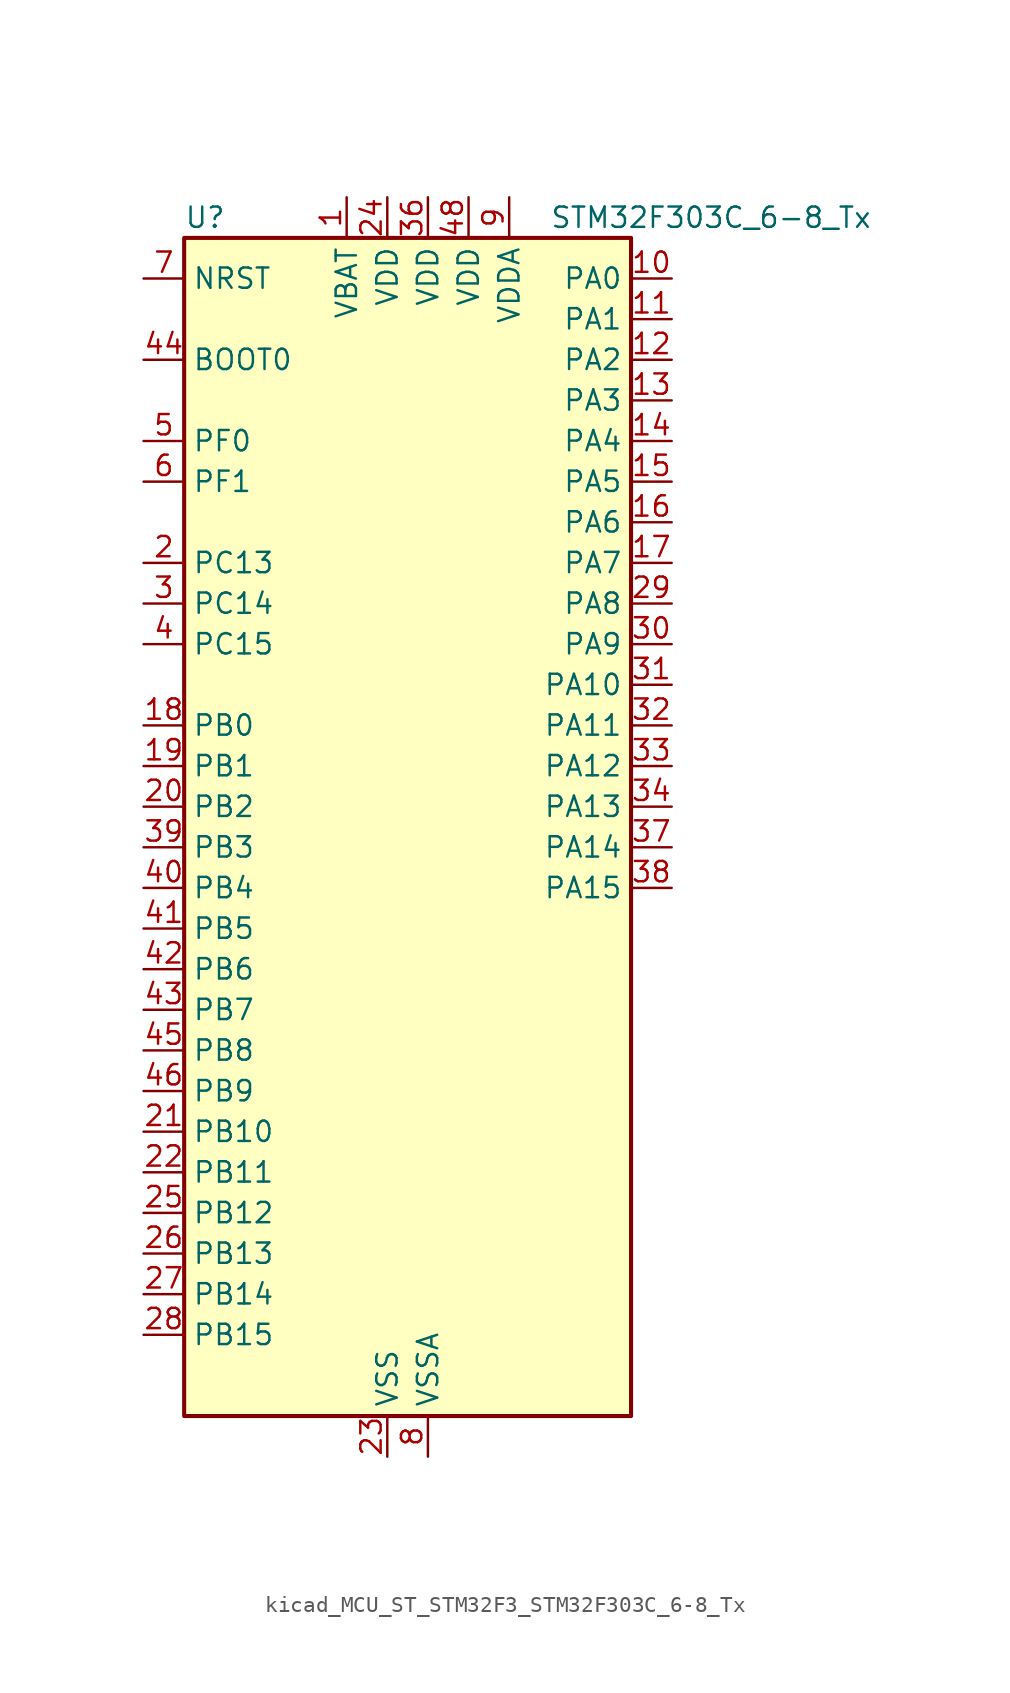
<source format=kicad_sym>
(kicad_symbol_lib
  (version 20220914)
  (generator kicad_symbol_editor)
  (symbol "kicad_MCU_ST_STM32F3_STM32F303C_6-8_Tx"
    (property "Reference" "U"
      (at -12.7 39.37 0)
      (effects (font (size 1.27 1.27)) (justify left)))
    (property "Value" "STM32F303C_6-8_Tx"
      (at 10.16 39.37 0)
      (effects (font (size 1.27 1.27)) (justify left)))
    (property "ki_locked" ""
      (at 0 0 0)
      (effects (font (size 1.27 1.27))))
    (symbol "kicad_MCU_ST_STM32F3_STM32F303C_6-8_Tx_0_1"
      (rectangle (start -12.7 -35.56) (end 15.24 38.1) (stroke (width 0.254) (type default)) (fill (type background))))
    (symbol "kicad_MCU_ST_STM32F3_STM32F303C_6-8_Tx_1_1"
      (pin power_in line (at -2.54 40.64 270) (length 2.54) (name "VBAT" (effects (font (size 1.27 1.27)))) (number "1" (effects (font (size 1.27 1.27)))))
      (pin bidirectional line (at 17.78 35.56 180) (length 2.54) (name "PA0" (effects (font (size 1.27 1.27)))) (number "10" (effects (font (size 1.27 1.27)))) (alternate "ADC1_IN1" bidirectional line) (alternate "RTC_TAMP2" bidirectional line) (alternate "SYS_WKUP1" bidirectional line) (alternate "TIM2_CH1" bidirectional line) (alternate "TIM2_ETR" bidirectional line) (alternate "TSC_G1_IO1" bidirectional line) (alternate "USART2_CTS" bidirectional line))
      (pin bidirectional line (at 17.78 33.02 180) (length 2.54) (name "PA1" (effects (font (size 1.27 1.27)))) (number "11" (effects (font (size 1.27 1.27)))) (alternate "ADC1_IN2" bidirectional line) (alternate "RTC_REFIN" bidirectional line) (alternate "TIM15_CH1N" bidirectional line) (alternate "TIM2_CH2" bidirectional line) (alternate "TSC_G1_IO2" bidirectional line) (alternate "USART2_DE" bidirectional line) (alternate "USART2_RTS" bidirectional line))
      (pin bidirectional line (at 17.78 30.48 180) (length 2.54) (name "PA2" (effects (font (size 1.27 1.27)))) (number "12" (effects (font (size 1.27 1.27)))) (alternate "ADC1_IN3" bidirectional line) (alternate "COMP2_INM" bidirectional line) (alternate "COMP2_OUT" bidirectional line) (alternate "TIM15_CH1" bidirectional line) (alternate "TIM2_CH3" bidirectional line) (alternate "TSC_G1_IO3" bidirectional line) (alternate "USART2_TX" bidirectional line))
      (pin bidirectional line (at 17.78 27.94 180) (length 2.54) (name "PA3" (effects (font (size 1.27 1.27)))) (number "13" (effects (font (size 1.27 1.27)))) (alternate "ADC1_IN4" bidirectional line) (alternate "TIM15_CH2" bidirectional line) (alternate "TIM2_CH4" bidirectional line) (alternate "TSC_G1_IO4" bidirectional line) (alternate "USART2_RX" bidirectional line))
      (pin bidirectional line (at 17.78 25.4 180) (length 2.54) (name "PA4" (effects (font (size 1.27 1.27)))) (number "14" (effects (font (size 1.27 1.27)))) (alternate "ADC2_IN1" bidirectional line) (alternate "COMP2_INM" bidirectional line) (alternate "COMP4_INM" bidirectional line) (alternate "COMP6_INM" bidirectional line) (alternate "DAC1_OUT1" bidirectional line) (alternate "SPI1_NSS" bidirectional line) (alternate "TIM3_CH2" bidirectional line) (alternate "TSC_G2_IO1" bidirectional line) (alternate "USART2_CK" bidirectional line))
      (pin bidirectional line (at 17.78 22.86 180) (length 2.54) (name "PA5" (effects (font (size 1.27 1.27)))) (number "15" (effects (font (size 1.27 1.27)))) (alternate "ADC2_IN2" bidirectional line) (alternate "DAC1_OUT2" bidirectional line) (alternate "OPAMP2_VINM" bidirectional line) (alternate "OPAMP2_VINM_SEC" bidirectional line) (alternate "SPI1_SCK" bidirectional line) (alternate "TIM2_CH1" bidirectional line) (alternate "TIM2_ETR" bidirectional line) (alternate "TSC_G2_IO2" bidirectional line))
      (pin bidirectional line (at 17.78 20.32 180) (length 2.54) (name "PA6" (effects (font (size 1.27 1.27)))) (number "16" (effects (font (size 1.27 1.27)))) (alternate "ADC2_IN3" bidirectional line) (alternate "DAC2_OUT1" bidirectional line) (alternate "OPAMP2_VOUT" bidirectional line) (alternate "SPI1_MISO" bidirectional line) (alternate "TIM16_CH1" bidirectional line) (alternate "TIM1_BKIN" bidirectional line) (alternate "TIM3_CH1" bidirectional line) (alternate "TSC_G2_IO3" bidirectional line))
      (pin bidirectional line (at 17.78 17.78 180) (length 2.54) (name "PA7" (effects (font (size 1.27 1.27)))) (number "17" (effects (font (size 1.27 1.27)))) (alternate "ADC2_IN4" bidirectional line) (alternate "COMP2_INP" bidirectional line) (alternate "OPAMP2_VINP" bidirectional line) (alternate "OPAMP2_VINP_SEC" bidirectional line) (alternate "SPI1_MOSI" bidirectional line) (alternate "TIM17_CH1" bidirectional line) (alternate "TIM1_CH1N" bidirectional line) (alternate "TIM3_CH2" bidirectional line) (alternate "TSC_G2_IO4" bidirectional line))
      (pin bidirectional line (at -15.24 7.62 0) (length 2.54) (name "PB0" (effects (font (size 1.27 1.27)))) (number "18" (effects (font (size 1.27 1.27)))) (alternate "ADC1_IN11" bidirectional line) (alternate "COMP4_INP" bidirectional line) (alternate "OPAMP2_VINP" bidirectional line) (alternate "OPAMP2_VINP_SEC" bidirectional line) (alternate "TIM1_CH2N" bidirectional line) (alternate "TIM3_CH3" bidirectional line) (alternate "TSC_G3_IO2" bidirectional line))
      (pin bidirectional line (at -15.24 5.08 0) (length 2.54) (name "PB1" (effects (font (size 1.27 1.27)))) (number "19" (effects (font (size 1.27 1.27)))) (alternate "ADC1_IN12" bidirectional line) (alternate "COMP4_OUT" bidirectional line) (alternate "TIM1_CH3N" bidirectional line) (alternate "TIM3_CH4" bidirectional line) (alternate "TSC_G3_IO3" bidirectional line))
      (pin bidirectional line (at -15.24 17.78 0) (length 2.54) (name "PC13" (effects (font (size 1.27 1.27)))) (number "2" (effects (font (size 1.27 1.27)))) (alternate "RTC_OUT_ALARM" bidirectional line) (alternate "RTC_OUT_CALIB" bidirectional line) (alternate "RTC_TAMP1" bidirectional line) (alternate "RTC_TS" bidirectional line) (alternate "SYS_WKUP2" bidirectional line) (alternate "TIM1_CH1N" bidirectional line))
      (pin bidirectional line (at -15.24 2.54 0) (length 2.54) (name "PB2" (effects (font (size 1.27 1.27)))) (number "20" (effects (font (size 1.27 1.27)))) (alternate "ADC2_IN12" bidirectional line) (alternate "COMP4_INM" bidirectional line) (alternate "TSC_G3_IO4" bidirectional line))
      (pin bidirectional line (at -15.24 -17.78 0) (length 2.54) (name "PB10" (effects (font (size 1.27 1.27)))) (number "21" (effects (font (size 1.27 1.27)))) (alternate "TIM2_CH3" bidirectional line) (alternate "TSC_SYNC" bidirectional line) (alternate "USART3_TX" bidirectional line))
      (pin bidirectional line (at -15.24 -20.32 0) (length 2.54) (name "PB11" (effects (font (size 1.27 1.27)))) (number "22" (effects (font (size 1.27 1.27)))) (alternate "COMP6_INP" bidirectional line) (alternate "TIM2_CH4" bidirectional line) (alternate "TSC_G6_IO1" bidirectional line) (alternate "USART3_RX" bidirectional line))
      (pin power_in line (at 0 -38.1 90) (length 2.54) (name "VSS" (effects (font (size 1.27 1.27)))) (number "23" (effects (font (size 1.27 1.27)))))
      (pin power_in line (at 0 40.64 270) (length 2.54) (name "VDD" (effects (font (size 1.27 1.27)))) (number "24" (effects (font (size 1.27 1.27)))))
      (pin bidirectional line (at -15.24 -22.86 0) (length 2.54) (name "PB12" (effects (font (size 1.27 1.27)))) (number "25" (effects (font (size 1.27 1.27)))) (alternate "ADC2_IN13" bidirectional line) (alternate "TIM1_BKIN" bidirectional line) (alternate "TSC_G6_IO2" bidirectional line) (alternate "USART3_CK" bidirectional line))
      (pin bidirectional line (at -15.24 -25.4 0) (length 2.54) (name "PB13" (effects (font (size 1.27 1.27)))) (number "26" (effects (font (size 1.27 1.27)))) (alternate "ADC1_IN13" bidirectional line) (alternate "TIM1_CH1N" bidirectional line) (alternate "TSC_G6_IO3" bidirectional line) (alternate "USART3_CTS" bidirectional line))
      (pin bidirectional line (at -15.24 -27.94 0) (length 2.54) (name "PB14" (effects (font (size 1.27 1.27)))) (number "27" (effects (font (size 1.27 1.27)))) (alternate "ADC2_IN14" bidirectional line) (alternate "OPAMP2_VINP" bidirectional line) (alternate "OPAMP2_VINP_SEC" bidirectional line) (alternate "TIM15_CH1" bidirectional line) (alternate "TIM1_CH2N" bidirectional line) (alternate "TSC_G6_IO4" bidirectional line) (alternate "USART3_DE" bidirectional line) (alternate "USART3_RTS" bidirectional line))
      (pin bidirectional line (at -15.24 -30.48 0) (length 2.54) (name "PB15" (effects (font (size 1.27 1.27)))) (number "28" (effects (font (size 1.27 1.27)))) (alternate "ADC2_IN15" bidirectional line) (alternate "COMP6_INM" bidirectional line) (alternate "RTC_REFIN" bidirectional line) (alternate "TIM15_CH1N" bidirectional line) (alternate "TIM15_CH2" bidirectional line) (alternate "TIM1_CH3N" bidirectional line))
      (pin bidirectional line (at 17.78 15.24 180) (length 2.54) (name "PA8" (effects (font (size 1.27 1.27)))) (number "29" (effects (font (size 1.27 1.27)))) (alternate "RCC_MCO" bidirectional line) (alternate "TIM1_CH1" bidirectional line) (alternate "USART1_CK" bidirectional line))
      (pin bidirectional line (at -15.24 15.24 0) (length 2.54) (name "PC14" (effects (font (size 1.27 1.27)))) (number "3" (effects (font (size 1.27 1.27)))) (alternate "RCC_OSC32_IN" bidirectional line))
      (pin bidirectional line (at 17.78 12.7 180) (length 2.54) (name "PA9" (effects (font (size 1.27 1.27)))) (number "30" (effects (font (size 1.27 1.27)))) (alternate "DAC1_EXTI9" bidirectional line) (alternate "DAC2_EXTI9" bidirectional line) (alternate "TIM15_BKIN" bidirectional line) (alternate "TIM1_CH2" bidirectional line) (alternate "TIM2_CH3" bidirectional line) (alternate "TSC_G4_IO1" bidirectional line) (alternate "USART1_TX" bidirectional line))
      (pin bidirectional line (at 17.78 10.16 180) (length 2.54) (name "PA10" (effects (font (size 1.27 1.27)))) (number "31" (effects (font (size 1.27 1.27)))) (alternate "COMP6_OUT" bidirectional line) (alternate "TIM17_BKIN" bidirectional line) (alternate "TIM1_CH3" bidirectional line) (alternate "TIM2_CH4" bidirectional line) (alternate "TSC_G4_IO2" bidirectional line) (alternate "USART1_RX" bidirectional line))
      (pin bidirectional line (at 17.78 7.62 180) (length 2.54) (name "PA11" (effects (font (size 1.27 1.27)))) (number "32" (effects (font (size 1.27 1.27)))) (alternate "CAN_RX" bidirectional line) (alternate "TIM1_BKIN2" bidirectional line) (alternate "TIM1_CH1N" bidirectional line) (alternate "TIM1_CH4" bidirectional line) (alternate "USART1_CTS" bidirectional line))
      (pin bidirectional line (at 17.78 5.08 180) (length 2.54) (name "PA12" (effects (font (size 1.27 1.27)))) (number "33" (effects (font (size 1.27 1.27)))) (alternate "CAN_TX" bidirectional line) (alternate "COMP2_OUT" bidirectional line) (alternate "TIM16_CH1" bidirectional line) (alternate "TIM1_CH2N" bidirectional line) (alternate "TIM1_ETR" bidirectional line) (alternate "USART1_DE" bidirectional line) (alternate "USART1_RTS" bidirectional line))
      (pin bidirectional line (at 17.78 2.54 180) (length 2.54) (name "PA13" (effects (font (size 1.27 1.27)))) (number "34" (effects (font (size 1.27 1.27)))) (alternate "IR_OUT" bidirectional line) (alternate "SYS_JTMS-SWDIO" bidirectional line) (alternate "TIM16_CH1N" bidirectional line) (alternate "TSC_G4_IO3" bidirectional line) (alternate "USART3_CTS" bidirectional line))
      (pin passive line (at 0 -38.1 90) (length 2.54) hide (name "VSS" (effects (font (size 1.27 1.27)))) (number "35" (effects (font (size 1.27 1.27)))))
      (pin power_in line (at 2.54 40.64 270) (length 2.54) (name "VDD" (effects (font (size 1.27 1.27)))) (number "36" (effects (font (size 1.27 1.27)))))
      (pin bidirectional line (at 17.78 0 180) (length 2.54) (name "PA14" (effects (font (size 1.27 1.27)))) (number "37" (effects (font (size 1.27 1.27)))) (alternate "I2C1_SDA" bidirectional line) (alternate "SYS_JTCK-SWCLK" bidirectional line) (alternate "TIM1_BKIN" bidirectional line) (alternate "TSC_G4_IO4" bidirectional line) (alternate "USART2_TX" bidirectional line))
      (pin bidirectional line (at 17.78 -2.54 180) (length 2.54) (name "PA15" (effects (font (size 1.27 1.27)))) (number "38" (effects (font (size 1.27 1.27)))) (alternate "I2C1_SCL" bidirectional line) (alternate "SPI1_NSS" bidirectional line) (alternate "SYS_JTDI" bidirectional line) (alternate "TIM1_BKIN" bidirectional line) (alternate "TIM2_CH1" bidirectional line) (alternate "TIM2_ETR" bidirectional line) (alternate "TSC_SYNC" bidirectional line) (alternate "USART2_RX" bidirectional line))
      (pin bidirectional line (at -15.24 0 0) (length 2.54) (name "PB3" (effects (font (size 1.27 1.27)))) (number "39" (effects (font (size 1.27 1.27)))) (alternate "SPI1_SCK" bidirectional line) (alternate "SYS_JTDO-TRACESWO" bidirectional line) (alternate "TIM2_CH2" bidirectional line) (alternate "TIM3_ETR" bidirectional line) (alternate "TSC_G5_IO1" bidirectional line) (alternate "USART2_TX" bidirectional line))
      (pin bidirectional line (at -15.24 12.7 0) (length 2.54) (name "PC15" (effects (font (size 1.27 1.27)))) (number "4" (effects (font (size 1.27 1.27)))) (alternate "RCC_OSC32_OUT" bidirectional line))
      (pin bidirectional line (at -15.24 -2.54 0) (length 2.54) (name "PB4" (effects (font (size 1.27 1.27)))) (number "40" (effects (font (size 1.27 1.27)))) (alternate "SPI1_MISO" bidirectional line) (alternate "SYS_NJTRST" bidirectional line) (alternate "TIM16_CH1" bidirectional line) (alternate "TIM17_BKIN" bidirectional line) (alternate "TIM3_CH1" bidirectional line) (alternate "TSC_G5_IO2" bidirectional line) (alternate "USART2_RX" bidirectional line))
      (pin bidirectional line (at -15.24 -5.08 0) (length 2.54) (name "PB5" (effects (font (size 1.27 1.27)))) (number "41" (effects (font (size 1.27 1.27)))) (alternate "I2C1_SMBA" bidirectional line) (alternate "SPI1_MOSI" bidirectional line) (alternate "TIM16_BKIN" bidirectional line) (alternate "TIM17_CH1" bidirectional line) (alternate "TIM3_CH2" bidirectional line) (alternate "USART2_CK" bidirectional line))
      (pin bidirectional line (at -15.24 -7.62 0) (length 2.54) (name "PB6" (effects (font (size 1.27 1.27)))) (number "42" (effects (font (size 1.27 1.27)))) (alternate "I2C1_SCL" bidirectional line) (alternate "TIM16_CH1N" bidirectional line) (alternate "TSC_G5_IO3" bidirectional line) (alternate "USART1_TX" bidirectional line))
      (pin bidirectional line (at -15.24 -10.16 0) (length 2.54) (name "PB7" (effects (font (size 1.27 1.27)))) (number "43" (effects (font (size 1.27 1.27)))) (alternate "I2C1_SDA" bidirectional line) (alternate "TIM17_CH1N" bidirectional line) (alternate "TIM3_CH4" bidirectional line) (alternate "TSC_G5_IO4" bidirectional line) (alternate "USART1_RX" bidirectional line))
      (pin input line (at -15.24 30.48 0) (length 2.54) (name "BOOT0" (effects (font (size 1.27 1.27)))) (number "44" (effects (font (size 1.27 1.27)))))
      (pin bidirectional line (at -15.24 -12.7 0) (length 2.54) (name "PB8" (effects (font (size 1.27 1.27)))) (number "45" (effects (font (size 1.27 1.27)))) (alternate "CAN_RX" bidirectional line) (alternate "I2C1_SCL" bidirectional line) (alternate "TIM16_CH1" bidirectional line) (alternate "TIM1_BKIN" bidirectional line) (alternate "TSC_SYNC" bidirectional line) (alternate "USART3_RX" bidirectional line))
      (pin bidirectional line (at -15.24 -15.24 0) (length 2.54) (name "PB9" (effects (font (size 1.27 1.27)))) (number "46" (effects (font (size 1.27 1.27)))) (alternate "CAN_TX" bidirectional line) (alternate "COMP2_OUT" bidirectional line) (alternate "DAC1_EXTI9" bidirectional line) (alternate "DAC2_EXTI9" bidirectional line) (alternate "I2C1_SDA" bidirectional line) (alternate "IR_OUT" bidirectional line) (alternate "TIM17_CH1" bidirectional line) (alternate "USART3_TX" bidirectional line))
      (pin passive line (at 0 -38.1 90) (length 2.54) hide (name "VSS" (effects (font (size 1.27 1.27)))) (number "47" (effects (font (size 1.27 1.27)))))
      (pin power_in line (at 5.08 40.64 270) (length 2.54) (name "VDD" (effects (font (size 1.27 1.27)))) (number "48" (effects (font (size 1.27 1.27)))))
      (pin bidirectional line (at -15.24 25.4 0) (length 2.54) (name "PF0" (effects (font (size 1.27 1.27)))) (number "5" (effects (font (size 1.27 1.27)))) (alternate "RCC_OSC_IN" bidirectional line) (alternate "TIM1_CH3N" bidirectional line))
      (pin bidirectional line (at -15.24 22.86 0) (length 2.54) (name "PF1" (effects (font (size 1.27 1.27)))) (number "6" (effects (font (size 1.27 1.27)))) (alternate "RCC_OSC_OUT" bidirectional line))
      (pin input line (at -15.24 35.56 0) (length 2.54) (name "NRST" (effects (font (size 1.27 1.27)))) (number "7" (effects (font (size 1.27 1.27)))))
      (pin power_in line (at 2.54 -38.1 90) (length 2.54) (name "VSSA" (effects (font (size 1.27 1.27)))) (number "8" (effects (font (size 1.27 1.27)))))
      (pin power_in line (at 7.62 40.64 270) (length 2.54) (name "VDDA" (effects (font (size 1.27 1.27)))) (number "9" (effects (font (size 1.27 1.27))))))))
</source>
